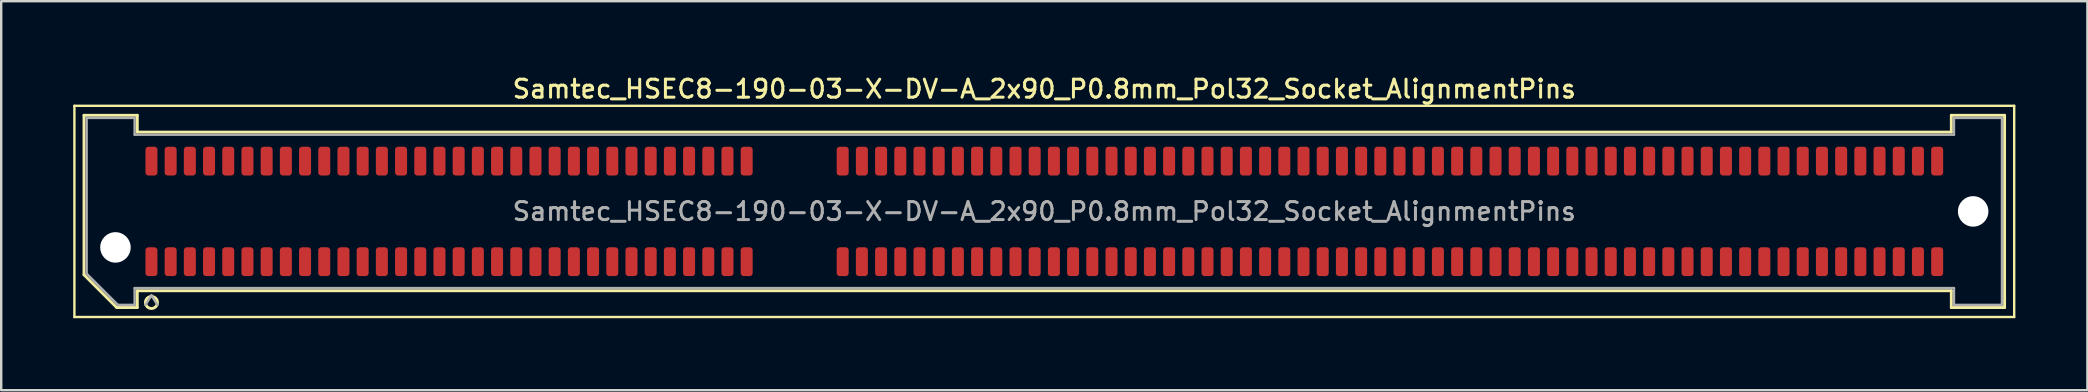
<source format=kicad_pcb>
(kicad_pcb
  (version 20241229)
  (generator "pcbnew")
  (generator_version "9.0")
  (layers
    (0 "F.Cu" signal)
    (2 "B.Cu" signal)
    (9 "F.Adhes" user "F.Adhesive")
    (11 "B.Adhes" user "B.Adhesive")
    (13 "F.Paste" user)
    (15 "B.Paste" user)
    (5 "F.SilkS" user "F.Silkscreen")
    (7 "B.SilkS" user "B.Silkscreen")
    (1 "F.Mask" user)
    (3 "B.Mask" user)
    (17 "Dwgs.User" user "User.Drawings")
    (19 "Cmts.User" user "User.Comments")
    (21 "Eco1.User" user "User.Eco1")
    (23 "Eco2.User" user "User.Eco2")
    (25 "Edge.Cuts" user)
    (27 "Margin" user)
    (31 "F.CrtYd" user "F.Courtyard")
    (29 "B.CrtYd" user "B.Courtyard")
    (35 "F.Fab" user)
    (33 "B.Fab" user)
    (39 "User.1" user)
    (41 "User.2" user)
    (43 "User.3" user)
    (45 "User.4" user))
  (footprint "Samtec_HSEC8-190-03-X-DV-A_2x90_P0.8mm_Pol32_Socket_AlignmentPins"
    (layer "F.Cu")
    (at 40.46 5.758)
    (property "Reference" "Samtec_HSEC8-190-03-X-DV-A_2x90_P0.8mm_Pol32_Socket_AlignmentPins" (at 0 -5.1 0) (layer "F.SilkS") (effects (font (size 0.75 0.75) (thickness 0.125))))
    (attr smd)
    (fp_line (start -40.41 -4.4) (end -40.41 4.4) (stroke (width 0.1) (type solid)) (layer "F.SilkS"))
    (fp_line (start -40.41 4.4) (end 40.41 4.4) (stroke (width 0.1) (type solid)) (layer "F.SilkS"))
    (fp_line (start -40.01 -4.005) (end -37.79 -4.005) (stroke (width 0.12) (type solid)) (layer "F.SilkS"))
    (fp_line (start -40.01 2.641) (end -40.01 -4.005) (stroke (width 0.12) (type solid)) (layer "F.SilkS"))
    (fp_line (start -38.646 4.005) (end -40.01 2.641) (stroke (width 0.12) (type solid)) (layer "F.SilkS"))
    (fp_line (start -37.79 -4.005) (end -37.79 -3.305) (stroke (width 0.12) (type solid)) (layer "F.SilkS"))
    (fp_line (start -37.79 -3.305) (end 37.79 -3.305) (stroke (width 0.12) (type solid)) (layer "F.SilkS"))
    (fp_line (start -37.79 3.305) (end -37.79 4.005) (stroke (width 0.12) (type solid)) (layer "F.SilkS"))
    (fp_line (start -37.79 4.005) (end -38.646 4.005) (stroke (width 0.12) (type solid)) (layer "F.SilkS"))
    (fp_line (start 37.79 -4.005) (end 40.01 -4.005) (stroke (width 0.12) (type solid)) (layer "F.SilkS"))
    (fp_line (start 37.79 -3.305) (end 37.79 -4.005) (stroke (width 0.12) (type solid)) (layer "F.SilkS"))
    (fp_line (start 37.79 3.305) (end -37.79 3.305) (stroke (width 0.12) (type solid)) (layer "F.SilkS"))
    (fp_line (start 37.79 4.005) (end 37.79 3.305) (stroke (width 0.12) (type solid)) (layer "F.SilkS"))
    (fp_line (start 40.01 -4.005) (end 40.01 4.005) (stroke (width 0.12) (type solid)) (layer "F.SilkS"))
    (fp_line (start 40.01 4.005) (end 37.79 4.005) (stroke (width 0.12) (type solid)) (layer "F.SilkS"))
    (fp_line (start 40.41 -4.4) (end -40.41 -4.4) (stroke (width 0.1) (type solid)) (layer "F.SilkS"))
    (fp_line (start 40.41 4.4) (end 40.41 -4.4) (stroke (width 0.1) (type solid)) (layer "F.SilkS"))
    (fp_arc (start -36.95 3.795) (mid -37.45 3.795) (end -36.95 3.795) (stroke (width 0.12) (type solid)) (layer "F.SilkS"))
    (fp_line (start -39.9 -3.895) (end -37.9 -3.895) (stroke (width 0.1) (type solid)) (layer "F.Fab"))
    (fp_line (start -39.9 2.595) (end -39.9 -3.895) (stroke (width 0.1) (type solid)) (layer "F.Fab"))
    (fp_line (start -38.6 3.895) (end -39.9 2.595) (stroke (width 0.1) (type solid)) (layer "F.Fab"))
    (fp_line (start -37.9 -3.895) (end -37.9 -3.195) (stroke (width 0.1) (type solid)) (layer "F.Fab"))
    (fp_line (start -37.9 -3.195) (end 37.9 -3.195) (stroke (width 0.1) (type solid)) (layer "F.Fab"))
    (fp_line (start -37.9 3.195) (end -37.9 3.895) (stroke (width 0.1) (type solid)) (layer "F.Fab"))
    (fp_line (start -37.9 3.895) (end -38.6 3.895) (stroke (width 0.1) (type solid)) (layer "F.Fab"))
    (fp_line (start -37.2 3.495) (end -37.45 3.895) (stroke (width 0.1) (type solid)) (layer "F.Fab"))
    (fp_line (start -37.2 3.495) (end -36.95 3.895) (stroke (width 0.1) (type solid)) (layer "F.Fab"))
    (fp_line (start 37.9 -3.895) (end 39.9 -3.895) (stroke (width 0.1) (type solid)) (layer "F.Fab"))
    (fp_line (start 37.9 -3.195) (end 37.9 -3.895) (stroke (width 0.1) (type solid)) (layer "F.Fab"))
    (fp_line (start 37.9 3.195) (end -37.9 3.195) (stroke (width 0.1) (type solid)) (layer "F.Fab"))
    (fp_line (start 37.9 3.895) (end 37.9 3.195) (stroke (width 0.1) (type solid)) (layer "F.Fab"))
    (fp_line (start 39.9 -3.895) (end 39.9 3.895) (stroke (width 0.1) (type solid)) (layer "F.Fab"))
    (fp_line (start 39.9 3.895) (end 37.9 3.895) (stroke (width 0.1) (type solid)) (layer "F.Fab"))
    (fp_text user "${REFERENCE}" (at 0 0 0) (layer "F.Fab") (effects (font (size 0.75 0.75) (thickness 0.125))))
    (pad "" np_thru_hole circle (at -38.7 1.5) (size 1.27 1.27) (drill 1.27) (layers "*.Cu" "*.Mask"))
    (pad "" np_thru_hole circle (at 38.7 0) (size 1.27 1.27) (drill 1.27) (layers "*.Cu" "*.Mask"))
    (pad "1" smd roundrect (at -37.2 2.095) (size 0.5 1.2) (layers "F.Cu" "F.Mask" "F.Paste") (roundrect_rratio 0.25))
    (pad "2" smd roundrect (at -37.2 -2.095) (size 0.5 1.2) (layers "F.Cu" "F.Mask" "F.Paste") (roundrect_rratio 0.25))
    (pad "3" smd roundrect (at -36.4 2.095) (size 0.5 1.2) (layers "F.Cu" "F.Mask" "F.Paste") (roundrect_rratio 0.25))
    (pad "4" smd roundrect (at -36.4 -2.095) (size 0.5 1.2) (layers "F.Cu" "F.Mask" "F.Paste") (roundrect_rratio 0.25))
    (pad "5" smd roundrect (at -35.6 2.095) (size 0.5 1.2) (layers "F.Cu" "F.Mask" "F.Paste") (roundrect_rratio 0.25))
    (pad "6" smd roundrect (at -35.6 -2.095) (size 0.5 1.2) (layers "F.Cu" "F.Mask" "F.Paste") (roundrect_rratio 0.25))
    (pad "7" smd roundrect (at -34.8 2.095) (size 0.5 1.2) (layers "F.Cu" "F.Mask" "F.Paste") (roundrect_rratio 0.25))
    (pad "8" smd roundrect (at -34.8 -2.095) (size 0.5 1.2) (layers "F.Cu" "F.Mask" "F.Paste") (roundrect_rratio 0.25))
    (pad "9" smd roundrect (at -34 2.095) (size 0.5 1.2) (layers "F.Cu" "F.Mask" "F.Paste") (roundrect_rratio 0.25))
    (pad "10" smd roundrect (at -34 -2.095) (size 0.5 1.2) (layers "F.Cu" "F.Mask" "F.Paste") (roundrect_rratio 0.25))
    (pad "11" smd roundrect (at -33.2 2.095) (size 0.5 1.2) (layers "F.Cu" "F.Mask" "F.Paste") (roundrect_rratio 0.25))
    (pad "12" smd roundrect (at -33.2 -2.095) (size 0.5 1.2) (layers "F.Cu" "F.Mask" "F.Paste") (roundrect_rratio 0.25))
    (pad "13" smd roundrect (at -32.4 2.095) (size 0.5 1.2) (layers "F.Cu" "F.Mask" "F.Paste") (roundrect_rratio 0.25))
    (pad "14" smd roundrect (at -32.4 -2.095) (size 0.5 1.2) (layers "F.Cu" "F.Mask" "F.Paste") (roundrect_rratio 0.25))
    (pad "15" smd roundrect (at -31.6 2.095) (size 0.5 1.2) (layers "F.Cu" "F.Mask" "F.Paste") (roundrect_rratio 0.25))
    (pad "16" smd roundrect (at -31.6 -2.095) (size 0.5 1.2) (layers "F.Cu" "F.Mask" "F.Paste") (roundrect_rratio 0.25))
    (pad "17" smd roundrect (at -30.8 2.095) (size 0.5 1.2) (layers "F.Cu" "F.Mask" "F.Paste") (roundrect_rratio 0.25))
    (pad "18" smd roundrect (at -30.8 -2.095) (size 0.5 1.2) (layers "F.Cu" "F.Mask" "F.Paste") (roundrect_rratio 0.25))
    (pad "19" smd roundrect (at -30 2.095) (size 0.5 1.2) (layers "F.Cu" "F.Mask" "F.Paste") (roundrect_rratio 0.25))
    (pad "20" smd roundrect (at -30 -2.095) (size 0.5 1.2) (layers "F.Cu" "F.Mask" "F.Paste") (roundrect_rratio 0.25))
    (pad "21" smd roundrect (at -29.2 2.095) (size 0.5 1.2) (layers "F.Cu" "F.Mask" "F.Paste") (roundrect_rratio 0.25))
    (pad "22" smd roundrect (at -29.2 -2.095) (size 0.5 1.2) (layers "F.Cu" "F.Mask" "F.Paste") (roundrect_rratio 0.25))
    (pad "23" smd roundrect (at -28.4 2.095) (size 0.5 1.2) (layers "F.Cu" "F.Mask" "F.Paste") (roundrect_rratio 0.25))
    (pad "24" smd roundrect (at -28.4 -2.095) (size 0.5 1.2) (layers "F.Cu" "F.Mask" "F.Paste") (roundrect_rratio 0.25))
    (pad "25" smd roundrect (at -27.6 2.095) (size 0.5 1.2) (layers "F.Cu" "F.Mask" "F.Paste") (roundrect_rratio 0.25))
    (pad "26" smd roundrect (at -27.6 -2.095) (size 0.5 1.2) (layers "F.Cu" "F.Mask" "F.Paste") (roundrect_rratio 0.25))
    (pad "27" smd roundrect (at -26.8 2.095) (size 0.5 1.2) (layers "F.Cu" "F.Mask" "F.Paste") (roundrect_rratio 0.25))
    (pad "28" smd roundrect (at -26.8 -2.095) (size 0.5 1.2) (layers "F.Cu" "F.Mask" "F.Paste") (roundrect_rratio 0.25))
    (pad "29" smd roundrect (at -26 2.095) (size 0.5 1.2) (layers "F.Cu" "F.Mask" "F.Paste") (roundrect_rratio 0.25))
    (pad "30" smd roundrect (at -26 -2.095) (size 0.5 1.2) (layers "F.Cu" "F.Mask" "F.Paste") (roundrect_rratio 0.25))
    (pad "31" smd roundrect (at -25.2 2.095) (size 0.5 1.2) (layers "F.Cu" "F.Mask" "F.Paste") (roundrect_rratio 0.25))
    (pad "32" smd roundrect (at -25.2 -2.095) (size 0.5 1.2) (layers "F.Cu" "F.Mask" "F.Paste") (roundrect_rratio 0.25))
    (pad "33" smd roundrect (at -24.4 2.095) (size 0.5 1.2) (layers "F.Cu" "F.Mask" "F.Paste") (roundrect_rratio 0.25))
    (pad "34" smd roundrect (at -24.4 -2.095) (size 0.5 1.2) (layers "F.Cu" "F.Mask" "F.Paste") (roundrect_rratio 0.25))
    (pad "35" smd roundrect (at -23.6 2.095) (size 0.5 1.2) (layers "F.Cu" "F.Mask" "F.Paste") (roundrect_rratio 0.25))
    (pad "36" smd roundrect (at -23.6 -2.095) (size 0.5 1.2) (layers "F.Cu" "F.Mask" "F.Paste") (roundrect_rratio 0.25))
    (pad "37" smd roundrect (at -22.8 2.095) (size 0.5 1.2) (layers "F.Cu" "F.Mask" "F.Paste") (roundrect_rratio 0.25))
    (pad "38" smd roundrect (at -22.8 -2.095) (size 0.5 1.2) (layers "F.Cu" "F.Mask" "F.Paste") (roundrect_rratio 0.25))
    (pad "39" smd roundrect (at -22 2.095) (size 0.5 1.2) (layers "F.Cu" "F.Mask" "F.Paste") (roundrect_rratio 0.25))
    (pad "40" smd roundrect (at -22 -2.095) (size 0.5 1.2) (layers "F.Cu" "F.Mask" "F.Paste") (roundrect_rratio 0.25))
    (pad "41" smd roundrect (at -21.2 2.095) (size 0.5 1.2) (layers "F.Cu" "F.Mask" "F.Paste") (roundrect_rratio 0.25))
    (pad "42" smd roundrect (at -21.2 -2.095) (size 0.5 1.2) (layers "F.Cu" "F.Mask" "F.Paste") (roundrect_rratio 0.25))
    (pad "43" smd roundrect (at -20.4 2.095) (size 0.5 1.2) (layers "F.Cu" "F.Mask" "F.Paste") (roundrect_rratio 0.25))
    (pad "44" smd roundrect (at -20.4 -2.095) (size 0.5 1.2) (layers "F.Cu" "F.Mask" "F.Paste") (roundrect_rratio 0.25))
    (pad "45" smd roundrect (at -19.6 2.095) (size 0.5 1.2) (layers "F.Cu" "F.Mask" "F.Paste") (roundrect_rratio 0.25))
    (pad "46" smd roundrect (at -19.6 -2.095) (size 0.5 1.2) (layers "F.Cu" "F.Mask" "F.Paste") (roundrect_rratio 0.25))
    (pad "47" smd roundrect (at -18.8 2.095) (size 0.5 1.2) (layers "F.Cu" "F.Mask" "F.Paste") (roundrect_rratio 0.25))
    (pad "48" smd roundrect (at -18.8 -2.095) (size 0.5 1.2) (layers "F.Cu" "F.Mask" "F.Paste") (roundrect_rratio 0.25))
    (pad "49" smd roundrect (at -18 2.095) (size 0.5 1.2) (layers "F.Cu" "F.Mask" "F.Paste") (roundrect_rratio 0.25))
    (pad "50" smd roundrect (at -18 -2.095) (size 0.5 1.2) (layers "F.Cu" "F.Mask" "F.Paste") (roundrect_rratio 0.25))
    (pad "51" smd roundrect (at -17.2 2.095) (size 0.5 1.2) (layers "F.Cu" "F.Mask" "F.Paste") (roundrect_rratio 0.25))
    (pad "52" smd roundrect (at -17.2 -2.095) (size 0.5 1.2) (layers "F.Cu" "F.Mask" "F.Paste") (roundrect_rratio 0.25))
    (pad "53" smd roundrect (at -16.4 2.095) (size 0.5 1.2) (layers "F.Cu" "F.Mask" "F.Paste") (roundrect_rratio 0.25))
    (pad "54" smd roundrect (at -16.4 -2.095) (size 0.5 1.2) (layers "F.Cu" "F.Mask" "F.Paste") (roundrect_rratio 0.25))
    (pad "55" smd roundrect (at -15.6 2.095) (size 0.5 1.2) (layers "F.Cu" "F.Mask" "F.Paste") (roundrect_rratio 0.25))
    (pad "56" smd roundrect (at -15.6 -2.095) (size 0.5 1.2) (layers "F.Cu" "F.Mask" "F.Paste") (roundrect_rratio 0.25))
    (pad "57" smd roundrect (at -14.8 2.095) (size 0.5 1.2) (layers "F.Cu" "F.Mask" "F.Paste") (roundrect_rratio 0.25))
    (pad "58" smd roundrect (at -14.8 -2.095) (size 0.5 1.2) (layers "F.Cu" "F.Mask" "F.Paste") (roundrect_rratio 0.25))
    (pad "59" smd roundrect (at -14 2.095) (size 0.5 1.2) (layers "F.Cu" "F.Mask" "F.Paste") (roundrect_rratio 0.25))
    (pad "60" smd roundrect (at -14 -2.095) (size 0.5 1.2) (layers "F.Cu" "F.Mask" "F.Paste") (roundrect_rratio 0.25))
    (pad "61" smd roundrect (at -13.2 2.095) (size 0.5 1.2) (layers "F.Cu" "F.Mask" "F.Paste") (roundrect_rratio 0.25))
    (pad "62" smd roundrect (at -13.2 -2.095) (size 0.5 1.2) (layers "F.Cu" "F.Mask" "F.Paste") (roundrect_rratio 0.25))
    (pad "63" smd roundrect (at -12.4 2.095) (size 0.5 1.2) (layers "F.Cu" "F.Mask" "F.Paste") (roundrect_rratio 0.25))
    (pad "64" smd roundrect (at -12.4 -2.095) (size 0.5 1.2) (layers "F.Cu" "F.Mask" "F.Paste") (roundrect_rratio 0.25))
    (pad "65" smd roundrect (at -8.4 2.095) (size 0.5 1.2) (layers "F.Cu" "F.Mask" "F.Paste") (roundrect_rratio 0.25))
    (pad "66" smd roundrect (at -8.4 -2.095) (size 0.5 1.2) (layers "F.Cu" "F.Mask" "F.Paste") (roundrect_rratio 0.25))
    (pad "67" smd roundrect (at -7.6 2.095) (size 0.5 1.2) (layers "F.Cu" "F.Mask" "F.Paste") (roundrect_rratio 0.25))
    (pad "68" smd roundrect (at -7.6 -2.095) (size 0.5 1.2) (layers "F.Cu" "F.Mask" "F.Paste") (roundrect_rratio 0.25))
    (pad "69" smd roundrect (at -6.8 2.095) (size 0.5 1.2) (layers "F.Cu" "F.Mask" "F.Paste") (roundrect_rratio 0.25))
    (pad "70" smd roundrect (at -6.8 -2.095) (size 0.5 1.2) (layers "F.Cu" "F.Mask" "F.Paste") (roundrect_rratio 0.25))
    (pad "71" smd roundrect (at -6 2.095) (size 0.5 1.2) (layers "F.Cu" "F.Mask" "F.Paste") (roundrect_rratio 0.25))
    (pad "72" smd roundrect (at -6 -2.095) (size 0.5 1.2) (layers "F.Cu" "F.Mask" "F.Paste") (roundrect_rratio 0.25))
    (pad "73" smd roundrect (at -5.2 2.095) (size 0.5 1.2) (layers "F.Cu" "F.Mask" "F.Paste") (roundrect_rratio 0.25))
    (pad "74" smd roundrect (at -5.2 -2.095) (size 0.5 1.2) (layers "F.Cu" "F.Mask" "F.Paste") (roundrect_rratio 0.25))
    (pad "75" smd roundrect (at -4.4 2.095) (size 0.5 1.2) (layers "F.Cu" "F.Mask" "F.Paste") (roundrect_rratio 0.25))
    (pad "76" smd roundrect (at -4.4 -2.095) (size 0.5 1.2) (layers "F.Cu" "F.Mask" "F.Paste") (roundrect_rratio 0.25))
    (pad "77" smd roundrect (at -3.6 2.095) (size 0.5 1.2) (layers "F.Cu" "F.Mask" "F.Paste") (roundrect_rratio 0.25))
    (pad "78" smd roundrect (at -3.6 -2.095) (size 0.5 1.2) (layers "F.Cu" "F.Mask" "F.Paste") (roundrect_rratio 0.25))
    (pad "79" smd roundrect (at -2.8 2.095) (size 0.5 1.2) (layers "F.Cu" "F.Mask" "F.Paste") (roundrect_rratio 0.25))
    (pad "80" smd roundrect (at -2.8 -2.095) (size 0.5 1.2) (layers "F.Cu" "F.Mask" "F.Paste") (roundrect_rratio 0.25))
    (pad "81" smd roundrect (at -2 2.095) (size 0.5 1.2) (layers "F.Cu" "F.Mask" "F.Paste") (roundrect_rratio 0.25))
    (pad "82" smd roundrect (at -2 -2.095) (size 0.5 1.2) (layers "F.Cu" "F.Mask" "F.Paste") (roundrect_rratio 0.25))
    (pad "83" smd roundrect (at -1.2 2.095) (size 0.5 1.2) (layers "F.Cu" "F.Mask" "F.Paste") (roundrect_rratio 0.25))
    (pad "84" smd roundrect (at -1.2 -2.095) (size 0.5 1.2) (layers "F.Cu" "F.Mask" "F.Paste") (roundrect_rratio 0.25))
    (pad "85" smd roundrect (at -0.4 2.095) (size 0.5 1.2) (layers "F.Cu" "F.Mask" "F.Paste") (roundrect_rratio 0.25))
    (pad "86" smd roundrect (at -0.4 -2.095) (size 0.5 1.2) (layers "F.Cu" "F.Mask" "F.Paste") (roundrect_rratio 0.25))
    (pad "87" smd roundrect (at 0.4 2.095) (size 0.5 1.2) (layers "F.Cu" "F.Mask" "F.Paste") (roundrect_rratio 0.25))
    (pad "88" smd roundrect (at 0.4 -2.095) (size 0.5 1.2) (layers "F.Cu" "F.Mask" "F.Paste") (roundrect_rratio 0.25))
    (pad "89" smd roundrect (at 1.2 2.095) (size 0.5 1.2) (layers "F.Cu" "F.Mask" "F.Paste") (roundrect_rratio 0.25))
    (pad "90" smd roundrect (at 1.2 -2.095) (size 0.5 1.2) (layers "F.Cu" "F.Mask" "F.Paste") (roundrect_rratio 0.25))
    (pad "91" smd roundrect (at 2 2.095) (size 0.5 1.2) (layers "F.Cu" "F.Mask" "F.Paste") (roundrect_rratio 0.25))
    (pad "92" smd roundrect (at 2 -2.095) (size 0.5 1.2) (layers "F.Cu" "F.Mask" "F.Paste") (roundrect_rratio 0.25))
    (pad "93" smd roundrect (at 2.8 2.095) (size 0.5 1.2) (layers "F.Cu" "F.Mask" "F.Paste") (roundrect_rratio 0.25))
    (pad "94" smd roundrect (at 2.8 -2.095) (size 0.5 1.2) (layers "F.Cu" "F.Mask" "F.Paste") (roundrect_rratio 0.25))
    (pad "95" smd roundrect (at 3.6 2.095) (size 0.5 1.2) (layers "F.Cu" "F.Mask" "F.Paste") (roundrect_rratio 0.25))
    (pad "96" smd roundrect (at 3.6 -2.095) (size 0.5 1.2) (layers "F.Cu" "F.Mask" "F.Paste") (roundrect_rratio 0.25))
    (pad "97" smd roundrect (at 4.4 2.095) (size 0.5 1.2) (layers "F.Cu" "F.Mask" "F.Paste") (roundrect_rratio 0.25))
    (pad "98" smd roundrect (at 4.4 -2.095) (size 0.5 1.2) (layers "F.Cu" "F.Mask" "F.Paste") (roundrect_rratio 0.25))
    (pad "99" smd roundrect (at 5.2 2.095) (size 0.5 1.2) (layers "F.Cu" "F.Mask" "F.Paste") (roundrect_rratio 0.25))
    (pad "100" smd roundrect (at 5.2 -2.095) (size 0.5 1.2) (layers "F.Cu" "F.Mask" "F.Paste") (roundrect_rratio 0.25))
    (pad "101" smd roundrect (at 6 2.095) (size 0.5 1.2) (layers "F.Cu" "F.Mask" "F.Paste") (roundrect_rratio 0.25))
    (pad "102" smd roundrect (at 6 -2.095) (size 0.5 1.2) (layers "F.Cu" "F.Mask" "F.Paste") (roundrect_rratio 0.25))
    (pad "103" smd roundrect (at 6.8 2.095) (size 0.5 1.2) (layers "F.Cu" "F.Mask" "F.Paste") (roundrect_rratio 0.25))
    (pad "104" smd roundrect (at 6.8 -2.095) (size 0.5 1.2) (layers "F.Cu" "F.Mask" "F.Paste") (roundrect_rratio 0.25))
    (pad "105" smd roundrect (at 7.6 2.095) (size 0.5 1.2) (layers "F.Cu" "F.Mask" "F.Paste") (roundrect_rratio 0.25))
    (pad "106" smd roundrect (at 7.6 -2.095) (size 0.5 1.2) (layers "F.Cu" "F.Mask" "F.Paste") (roundrect_rratio 0.25))
    (pad "107" smd roundrect (at 8.4 2.095) (size 0.5 1.2) (layers "F.Cu" "F.Mask" "F.Paste") (roundrect_rratio 0.25))
    (pad "108" smd roundrect (at 8.4 -2.095) (size 0.5 1.2) (layers "F.Cu" "F.Mask" "F.Paste") (roundrect_rratio 0.25))
    (pad "109" smd roundrect (at 9.2 2.095) (size 0.5 1.2) (layers "F.Cu" "F.Mask" "F.Paste") (roundrect_rratio 0.25))
    (pad "110" smd roundrect (at 9.2 -2.095) (size 0.5 1.2) (layers "F.Cu" "F.Mask" "F.Paste") (roundrect_rratio 0.25))
    (pad "111" smd roundrect (at 10 2.095) (size 0.5 1.2) (layers "F.Cu" "F.Mask" "F.Paste") (roundrect_rratio 0.25))
    (pad "112" smd roundrect (at 10 -2.095) (size 0.5 1.2) (layers "F.Cu" "F.Mask" "F.Paste") (roundrect_rratio 0.25))
    (pad "113" smd roundrect (at 10.8 2.095) (size 0.5 1.2) (layers "F.Cu" "F.Mask" "F.Paste") (roundrect_rratio 0.25))
    (pad "114" smd roundrect (at 10.8 -2.095) (size 0.5 1.2) (layers "F.Cu" "F.Mask" "F.Paste") (roundrect_rratio 0.25))
    (pad "115" smd roundrect (at 11.6 2.095) (size 0.5 1.2) (layers "F.Cu" "F.Mask" "F.Paste") (roundrect_rratio 0.25))
    (pad "116" smd roundrect (at 11.6 -2.095) (size 0.5 1.2) (layers "F.Cu" "F.Mask" "F.Paste") (roundrect_rratio 0.25))
    (pad "117" smd roundrect (at 12.4 2.095) (size 0.5 1.2) (layers "F.Cu" "F.Mask" "F.Paste") (roundrect_rratio 0.25))
    (pad "118" smd roundrect (at 12.4 -2.095) (size 0.5 1.2) (layers "F.Cu" "F.Mask" "F.Paste") (roundrect_rratio 0.25))
    (pad "119" smd roundrect (at 13.2 2.095) (size 0.5 1.2) (layers "F.Cu" "F.Mask" "F.Paste") (roundrect_rratio 0.25))
    (pad "120" smd roundrect (at 13.2 -2.095) (size 0.5 1.2) (layers "F.Cu" "F.Mask" "F.Paste") (roundrect_rratio 0.25))
    (pad "121" smd roundrect (at 14 2.095) (size 0.5 1.2) (layers "F.Cu" "F.Mask" "F.Paste") (roundrect_rratio 0.25))
    (pad "122" smd roundrect (at 14 -2.095) (size 0.5 1.2) (layers "F.Cu" "F.Mask" "F.Paste") (roundrect_rratio 0.25))
    (pad "123" smd roundrect (at 14.8 2.095) (size 0.5 1.2) (layers "F.Cu" "F.Mask" "F.Paste") (roundrect_rratio 0.25))
    (pad "124" smd roundrect (at 14.8 -2.095) (size 0.5 1.2) (layers "F.Cu" "F.Mask" "F.Paste") (roundrect_rratio 0.25))
    (pad "125" smd roundrect (at 15.6 2.095) (size 0.5 1.2) (layers "F.Cu" "F.Mask" "F.Paste") (roundrect_rratio 0.25))
    (pad "126" smd roundrect (at 15.6 -2.095) (size 0.5 1.2) (layers "F.Cu" "F.Mask" "F.Paste") (roundrect_rratio 0.25))
    (pad "127" smd roundrect (at 16.4 2.095) (size 0.5 1.2) (layers "F.Cu" "F.Mask" "F.Paste") (roundrect_rratio 0.25))
    (pad "128" smd roundrect (at 16.4 -2.095) (size 0.5 1.2) (layers "F.Cu" "F.Mask" "F.Paste") (roundrect_rratio 0.25))
    (pad "129" smd roundrect (at 17.2 2.095) (size 0.5 1.2) (layers "F.Cu" "F.Mask" "F.Paste") (roundrect_rratio 0.25))
    (pad "130" smd roundrect (at 17.2 -2.095) (size 0.5 1.2) (layers "F.Cu" "F.Mask" "F.Paste") (roundrect_rratio 0.25))
    (pad "131" smd roundrect (at 18 2.095) (size 0.5 1.2) (layers "F.Cu" "F.Mask" "F.Paste") (roundrect_rratio 0.25))
    (pad "132" smd roundrect (at 18 -2.095) (size 0.5 1.2) (layers "F.Cu" "F.Mask" "F.Paste") (roundrect_rratio 0.25))
    (pad "133" smd roundrect (at 18.8 2.095) (size 0.5 1.2) (layers "F.Cu" "F.Mask" "F.Paste") (roundrect_rratio 0.25))
    (pad "134" smd roundrect (at 18.8 -2.095) (size 0.5 1.2) (layers "F.Cu" "F.Mask" "F.Paste") (roundrect_rratio 0.25))
    (pad "135" smd roundrect (at 19.6 2.095) (size 0.5 1.2) (layers "F.Cu" "F.Mask" "F.Paste") (roundrect_rratio 0.25))
    (pad "136" smd roundrect (at 19.6 -2.095) (size 0.5 1.2) (layers "F.Cu" "F.Mask" "F.Paste") (roundrect_rratio 0.25))
    (pad "137" smd roundrect (at 20.4 2.095) (size 0.5 1.2) (layers "F.Cu" "F.Mask" "F.Paste") (roundrect_rratio 0.25))
    (pad "138" smd roundrect (at 20.4 -2.095) (size 0.5 1.2) (layers "F.Cu" "F.Mask" "F.Paste") (roundrect_rratio 0.25))
    (pad "139" smd roundrect (at 21.2 2.095) (size 0.5 1.2) (layers "F.Cu" "F.Mask" "F.Paste") (roundrect_rratio 0.25))
    (pad "140" smd roundrect (at 21.2 -2.095) (size 0.5 1.2) (layers "F.Cu" "F.Mask" "F.Paste") (roundrect_rratio 0.25))
    (pad "141" smd roundrect (at 22 2.095) (size 0.5 1.2) (layers "F.Cu" "F.Mask" "F.Paste") (roundrect_rratio 0.25))
    (pad "142" smd roundrect (at 22 -2.095) (size 0.5 1.2) (layers "F.Cu" "F.Mask" "F.Paste") (roundrect_rratio 0.25))
    (pad "143" smd roundrect (at 22.8 2.095) (size 0.5 1.2) (layers "F.Cu" "F.Mask" "F.Paste") (roundrect_rratio 0.25))
    (pad "144" smd roundrect (at 22.8 -2.095) (size 0.5 1.2) (layers "F.Cu" "F.Mask" "F.Paste") (roundrect_rratio 0.25))
    (pad "145" smd roundrect (at 23.6 2.095) (size 0.5 1.2) (layers "F.Cu" "F.Mask" "F.Paste") (roundrect_rratio 0.25))
    (pad "146" smd roundrect (at 23.6 -2.095) (size 0.5 1.2) (layers "F.Cu" "F.Mask" "F.Paste") (roundrect_rratio 0.25))
    (pad "147" smd roundrect (at 24.4 2.095) (size 0.5 1.2) (layers "F.Cu" "F.Mask" "F.Paste") (roundrect_rratio 0.25))
    (pad "148" smd roundrect (at 24.4 -2.095) (size 0.5 1.2) (layers "F.Cu" "F.Mask" "F.Paste") (roundrect_rratio 0.25))
    (pad "149" smd roundrect (at 25.2 2.095) (size 0.5 1.2) (layers "F.Cu" "F.Mask" "F.Paste") (roundrect_rratio 0.25))
    (pad "150" smd roundrect (at 25.2 -2.095) (size 0.5 1.2) (layers "F.Cu" "F.Mask" "F.Paste") (roundrect_rratio 0.25))
    (pad "151" smd roundrect (at 26 2.095) (size 0.5 1.2) (layers "F.Cu" "F.Mask" "F.Paste") (roundrect_rratio 0.25))
    (pad "152" smd roundrect (at 26 -2.095) (size 0.5 1.2) (layers "F.Cu" "F.Mask" "F.Paste") (roundrect_rratio 0.25))
    (pad "153" smd roundrect (at 26.8 2.095) (size 0.5 1.2) (layers "F.Cu" "F.Mask" "F.Paste") (roundrect_rratio 0.25))
    (pad "154" smd roundrect (at 26.8 -2.095) (size 0.5 1.2) (layers "F.Cu" "F.Mask" "F.Paste") (roundrect_rratio 0.25))
    (pad "155" smd roundrect (at 27.6 2.095) (size 0.5 1.2) (layers "F.Cu" "F.Mask" "F.Paste") (roundrect_rratio 0.25))
    (pad "156" smd roundrect (at 27.6 -2.095) (size 0.5 1.2) (layers "F.Cu" "F.Mask" "F.Paste") (roundrect_rratio 0.25))
    (pad "157" smd roundrect (at 28.4 2.095) (size 0.5 1.2) (layers "F.Cu" "F.Mask" "F.Paste") (roundrect_rratio 0.25))
    (pad "158" smd roundrect (at 28.4 -2.095) (size 0.5 1.2) (layers "F.Cu" "F.Mask" "F.Paste") (roundrect_rratio 0.25))
    (pad "159" smd roundrect (at 29.2 2.095) (size 0.5 1.2) (layers "F.Cu" "F.Mask" "F.Paste") (roundrect_rratio 0.25))
    (pad "160" smd roundrect (at 29.2 -2.095) (size 0.5 1.2) (layers "F.Cu" "F.Mask" "F.Paste") (roundrect_rratio 0.25))
    (pad "161" smd roundrect (at 30 2.095) (size 0.5 1.2) (layers "F.Cu" "F.Mask" "F.Paste") (roundrect_rratio 0.25))
    (pad "162" smd roundrect (at 30 -2.095) (size 0.5 1.2) (layers "F.Cu" "F.Mask" "F.Paste") (roundrect_rratio 0.25))
    (pad "163" smd roundrect (at 30.8 2.095) (size 0.5 1.2) (layers "F.Cu" "F.Mask" "F.Paste") (roundrect_rratio 0.25))
    (pad "164" smd roundrect (at 30.8 -2.095) (size 0.5 1.2) (layers "F.Cu" "F.Mask" "F.Paste") (roundrect_rratio 0.25))
    (pad "165" smd roundrect (at 31.6 2.095) (size 0.5 1.2) (layers "F.Cu" "F.Mask" "F.Paste") (roundrect_rratio 0.25))
    (pad "166" smd roundrect (at 31.6 -2.095) (size 0.5 1.2) (layers "F.Cu" "F.Mask" "F.Paste") (roundrect_rratio 0.25))
    (pad "167" smd roundrect (at 32.4 2.095) (size 0.5 1.2) (layers "F.Cu" "F.Mask" "F.Paste") (roundrect_rratio 0.25))
    (pad "168" smd roundrect (at 32.4 -2.095) (size 0.5 1.2) (layers "F.Cu" "F.Mask" "F.Paste") (roundrect_rratio 0.25))
    (pad "169" smd roundrect (at 33.2 2.095) (size 0.5 1.2) (layers "F.Cu" "F.Mask" "F.Paste") (roundrect_rratio 0.25))
    (pad "170" smd roundrect (at 33.2 -2.095) (size 0.5 1.2) (layers "F.Cu" "F.Mask" "F.Paste") (roundrect_rratio 0.25))
    (pad "171" smd roundrect (at 34 2.095) (size 0.5 1.2) (layers "F.Cu" "F.Mask" "F.Paste") (roundrect_rratio 0.25))
    (pad "172" smd roundrect (at 34 -2.095) (size 0.5 1.2) (layers "F.Cu" "F.Mask" "F.Paste") (roundrect_rratio 0.25))
    (pad "173" smd roundrect (at 34.8 2.095) (size 0.5 1.2) (layers "F.Cu" "F.Mask" "F.Paste") (roundrect_rratio 0.25))
    (pad "174" smd roundrect (at 34.8 -2.095) (size 0.5 1.2) (layers "F.Cu" "F.Mask" "F.Paste") (roundrect_rratio 0.25))
    (pad "175" smd roundrect (at 35.6 2.095) (size 0.5 1.2) (layers "F.Cu" "F.Mask" "F.Paste") (roundrect_rratio 0.25))
    (pad "176" smd roundrect (at 35.6 -2.095) (size 0.5 1.2) (layers "F.Cu" "F.Mask" "F.Paste") (roundrect_rratio 0.25))
    (pad "177" smd roundrect (at 36.4 2.095) (size 0.5 1.2) (layers "F.Cu" "F.Mask" "F.Paste") (roundrect_rratio 0.25))
    (pad "178" smd roundrect (at 36.4 -2.095) (size 0.5 1.2) (layers "F.Cu" "F.Mask" "F.Paste") (roundrect_rratio 0.25))
    (pad "179" smd roundrect (at 37.2 2.095) (size 0.5 1.2) (layers "F.Cu" "F.Mask" "F.Paste") (roundrect_rratio 0.25))
    (pad "180" smd roundrect (at 37.2 -2.095) (size 0.5 1.2) (layers "F.Cu" "F.Mask" "F.Paste") (roundrect_rratio 0.25)))
  (gr_rect
    (start -3 -3)
    (end 83.92 13.208)
    (stroke (width 0.1) (type default))
    (fill no)
    (layer "Edge.Cuts")))
</source>
